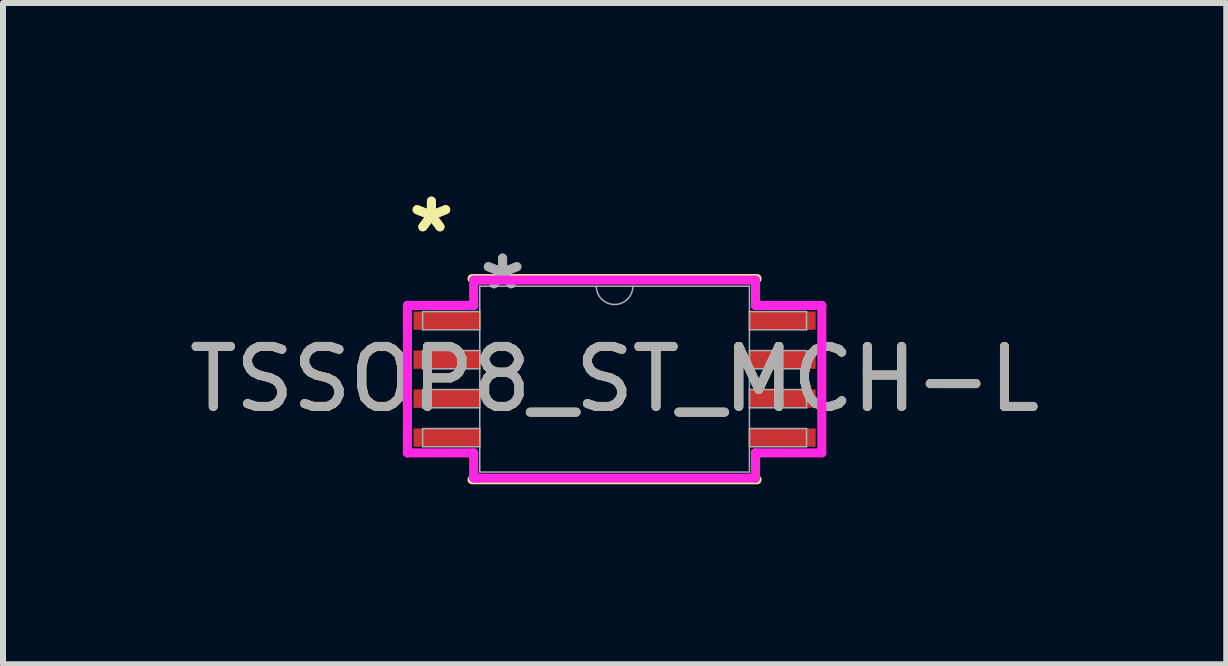
<source format=kicad_pcb>
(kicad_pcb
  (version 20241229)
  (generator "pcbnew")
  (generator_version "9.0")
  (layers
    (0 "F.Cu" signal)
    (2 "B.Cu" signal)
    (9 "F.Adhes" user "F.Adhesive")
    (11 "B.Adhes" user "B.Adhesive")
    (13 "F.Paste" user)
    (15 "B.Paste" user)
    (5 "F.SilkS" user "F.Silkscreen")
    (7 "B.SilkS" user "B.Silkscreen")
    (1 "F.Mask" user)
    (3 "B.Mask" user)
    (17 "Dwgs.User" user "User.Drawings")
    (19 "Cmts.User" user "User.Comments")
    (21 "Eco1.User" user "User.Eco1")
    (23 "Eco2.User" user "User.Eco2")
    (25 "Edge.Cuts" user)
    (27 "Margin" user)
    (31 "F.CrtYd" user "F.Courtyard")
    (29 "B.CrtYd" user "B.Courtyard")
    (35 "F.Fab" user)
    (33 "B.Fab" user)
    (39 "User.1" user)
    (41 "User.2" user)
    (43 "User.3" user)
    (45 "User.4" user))
  (footprint "TSSOP8_ST_MCH-L"
    (layer "F.Cu")
    (at 7.196 3.271)
    (property "Reference" "TSSOP8_ST_MCH-L" (at 0 0 0) (unlocked yes) (layer "F.SilkS") (effects (font (size 1 1) (thickness 0.15))))
    (attr smd)
    (fp_line (start -2.375 1.676) (end 2.375 1.676) (stroke (width 0.152) (type solid)) (layer "F.SilkS"))
    (fp_line (start 2.375 -1.676) (end -2.375 -1.676) (stroke (width 0.152) (type solid)) (layer "F.SilkS"))
    (fp_line (start -3.454 -1.229) (end -2.349 -1.229) (stroke (width 0.152) (type solid)) (layer "F.CrtYd"))
    (fp_line (start -3.454 1.229) (end -3.454 -1.229) (stroke (width 0.152) (type solid)) (layer "F.CrtYd"))
    (fp_line (start -3.454 1.229) (end -2.349 1.229) (stroke (width 0.152) (type solid)) (layer "F.CrtYd"))
    (fp_line (start -2.349 -1.651) (end 2.349 -1.651) (stroke (width 0.152) (type solid)) (layer "F.CrtYd"))
    (fp_line (start -2.349 -1.229) (end -2.349 -1.651) (stroke (width 0.152) (type solid)) (layer "F.CrtYd"))
    (fp_line (start -2.349 1.651) (end -2.349 1.229) (stroke (width 0.152) (type solid)) (layer "F.CrtYd"))
    (fp_line (start 2.349 -1.651) (end 2.349 -1.229) (stroke (width 0.152) (type solid)) (layer "F.CrtYd"))
    (fp_line (start 2.349 1.229) (end 2.349 1.651) (stroke (width 0.152) (type solid)) (layer "F.CrtYd"))
    (fp_line (start 2.349 1.651) (end -2.349 1.651) (stroke (width 0.152) (type solid)) (layer "F.CrtYd"))
    (fp_line (start 3.454 -1.229) (end 2.349 -1.229) (stroke (width 0.152) (type solid)) (layer "F.CrtYd"))
    (fp_line (start 3.454 -1.229) (end 3.454 1.229) (stroke (width 0.152) (type solid)) (layer "F.CrtYd"))
    (fp_line (start 3.454 1.229) (end 2.349 1.229) (stroke (width 0.152) (type solid)) (layer "F.CrtYd"))
    (fp_line (start -3.2 -1.127) (end -3.2 -0.823) (stroke (width 0.025) (type solid)) (layer "F.Fab"))
    (fp_line (start -3.2 -0.823) (end -2.248 -0.823) (stroke (width 0.025) (type solid)) (layer "F.Fab"))
    (fp_line (start -3.2 -0.477) (end -3.2 -0.173) (stroke (width 0.025) (type solid)) (layer "F.Fab"))
    (fp_line (start -3.2 -0.173) (end -2.248 -0.173) (stroke (width 0.025) (type solid)) (layer "F.Fab"))
    (fp_line (start -3.2 0.173) (end -3.2 0.477) (stroke (width 0.025) (type solid)) (layer "F.Fab"))
    (fp_line (start -3.2 0.477) (end -2.248 0.477) (stroke (width 0.025) (type solid)) (layer "F.Fab"))
    (fp_line (start -3.2 0.823) (end -3.2 1.127) (stroke (width 0.025) (type solid)) (layer "F.Fab"))
    (fp_line (start -3.2 1.127) (end -2.248 1.127) (stroke (width 0.025) (type solid)) (layer "F.Fab"))
    (fp_line (start -2.248 -1.549) (end -2.248 1.549) (stroke (width 0.025) (type solid)) (layer "F.Fab"))
    (fp_line (start -2.248 -1.127) (end -3.2 -1.127) (stroke (width 0.025) (type solid)) (layer "F.Fab"))
    (fp_line (start -2.248 -0.823) (end -2.248 -1.127) (stroke (width 0.025) (type solid)) (layer "F.Fab"))
    (fp_line (start -2.248 -0.477) (end -3.2 -0.477) (stroke (width 0.025) (type solid)) (layer "F.Fab"))
    (fp_line (start -2.248 -0.173) (end -2.248 -0.477) (stroke (width 0.025) (type solid)) (layer "F.Fab"))
    (fp_line (start -2.248 0.173) (end -3.2 0.173) (stroke (width 0.025) (type solid)) (layer "F.Fab"))
    (fp_line (start -2.248 0.477) (end -2.248 0.173) (stroke (width 0.025) (type solid)) (layer "F.Fab"))
    (fp_line (start -2.248 0.823) (end -3.2 0.823) (stroke (width 0.025) (type solid)) (layer "F.Fab"))
    (fp_line (start -2.248 1.127) (end -2.248 0.823) (stroke (width 0.025) (type solid)) (layer "F.Fab"))
    (fp_line (start -2.248 1.549) (end 2.248 1.549) (stroke (width 0.025) (type solid)) (layer "F.Fab"))
    (fp_line (start 2.248 -1.549) (end -2.248 -1.549) (stroke (width 0.025) (type solid)) (layer "F.Fab"))
    (fp_line (start 2.248 -1.127) (end 2.248 -0.823) (stroke (width 0.025) (type solid)) (layer "F.Fab"))
    (fp_line (start 2.248 -0.823) (end 3.2 -0.823) (stroke (width 0.025) (type solid)) (layer "F.Fab"))
    (fp_line (start 2.248 -0.477) (end 2.248 -0.173) (stroke (width 0.025) (type solid)) (layer "F.Fab"))
    (fp_line (start 2.248 -0.173) (end 3.2 -0.173) (stroke (width 0.025) (type solid)) (layer "F.Fab"))
    (fp_line (start 2.248 0.173) (end 2.248 0.477) (stroke (width 0.025) (type solid)) (layer "F.Fab"))
    (fp_line (start 2.248 0.477) (end 3.2 0.477) (stroke (width 0.025) (type solid)) (layer "F.Fab"))
    (fp_line (start 2.248 0.823) (end 2.248 1.127) (stroke (width 0.025) (type solid)) (layer "F.Fab"))
    (fp_line (start 2.248 1.127) (end 3.2 1.127) (stroke (width 0.025) (type solid)) (layer "F.Fab"))
    (fp_line (start 2.248 1.549) (end 2.248 -1.549) (stroke (width 0.025) (type solid)) (layer "F.Fab"))
    (fp_line (start 3.2 -1.127) (end 2.248 -1.127) (stroke (width 0.025) (type solid)) (layer "F.Fab"))
    (fp_line (start 3.2 -0.823) (end 3.2 -1.127) (stroke (width 0.025) (type solid)) (layer "F.Fab"))
    (fp_line (start 3.2 -0.477) (end 2.248 -0.477) (stroke (width 0.025) (type solid)) (layer "F.Fab"))
    (fp_line (start 3.2 -0.173) (end 3.2 -0.477) (stroke (width 0.025) (type solid)) (layer "F.Fab"))
    (fp_line (start 3.2 0.173) (end 2.248 0.173) (stroke (width 0.025) (type solid)) (layer "F.Fab"))
    (fp_line (start 3.2 0.477) (end 3.2 0.173) (stroke (width 0.025) (type solid)) (layer "F.Fab"))
    (fp_line (start 3.2 0.823) (end 2.248 0.823) (stroke (width 0.025) (type solid)) (layer "F.Fab"))
    (fp_line (start 3.2 1.127) (end 3.2 0.823) (stroke (width 0.025) (type solid)) (layer "F.Fab"))
    (fp_arc (start 0.3048 -1.5494) (mid 0 -1.2446) (end -0.3048 -1.5494) (stroke (width 0.0254) (type solid)) (layer "F.Fab"))
    (fp_text user "*" (at -3.054 -2.423 0) (unlocked yes) (layer "F.SilkS") (effects (font (size 1 1) (thickness 0.15))))
    (fp_text user "*" (at -3.054 -2.423 0) (layer "F.SilkS") (effects (font (size 1 1) (thickness 0.15))))
    (fp_text user "*" (at -1.867 -1.473 0) (layer "F.Fab") (effects (font (size 1 1) (thickness 0.15))))
    (fp_text user "*" (at -1.867 -1.473 0) (unlocked yes) (layer "F.Fab") (effects (font (size 1 1) (thickness 0.15))))
    (fp_text user "${REFERENCE}" (at 0 0 0) (unlocked yes) (layer "F.Fab") (effects (font (size 1 1) (thickness 0.15))))
    (pad "1" smd rect (at -2.8 -0.975) (size 1.105 0.305) (layers "F.Cu" "F.Mask" "F.Paste"))
    (pad "2" smd rect (at -2.8 -0.325) (size 1.105 0.305) (layers "F.Cu" "F.Mask" "F.Paste"))
    (pad "3" smd rect (at -2.8 0.325) (size 1.105 0.305) (layers "F.Cu" "F.Mask" "F.Paste"))
    (pad "4" smd rect (at -2.8 0.975) (size 1.105 0.305) (layers "F.Cu" "F.Mask" "F.Paste"))
    (pad "5" smd rect (at 2.8 0.975) (size 1.105 0.305) (layers "F.Cu" "F.Mask" "F.Paste"))
    (pad "6" smd rect (at 2.8 0.325) (size 1.105 0.305) (layers "F.Cu" "F.Mask" "F.Paste"))
    (pad "7" smd rect (at 2.8 -0.325) (size 1.105 0.305) (layers "F.Cu" "F.Mask" "F.Paste"))
    (pad "8" smd rect (at 2.8 -0.975) (size 1.105 0.305) (layers "F.Cu" "F.Mask" "F.Paste")))
  (gr_rect
    (start -3 -3)
    (end 17.393 8.024)
    (stroke (width 0.1) (type default))
    (fill no)
    (layer "Edge.Cuts")))
</source>
